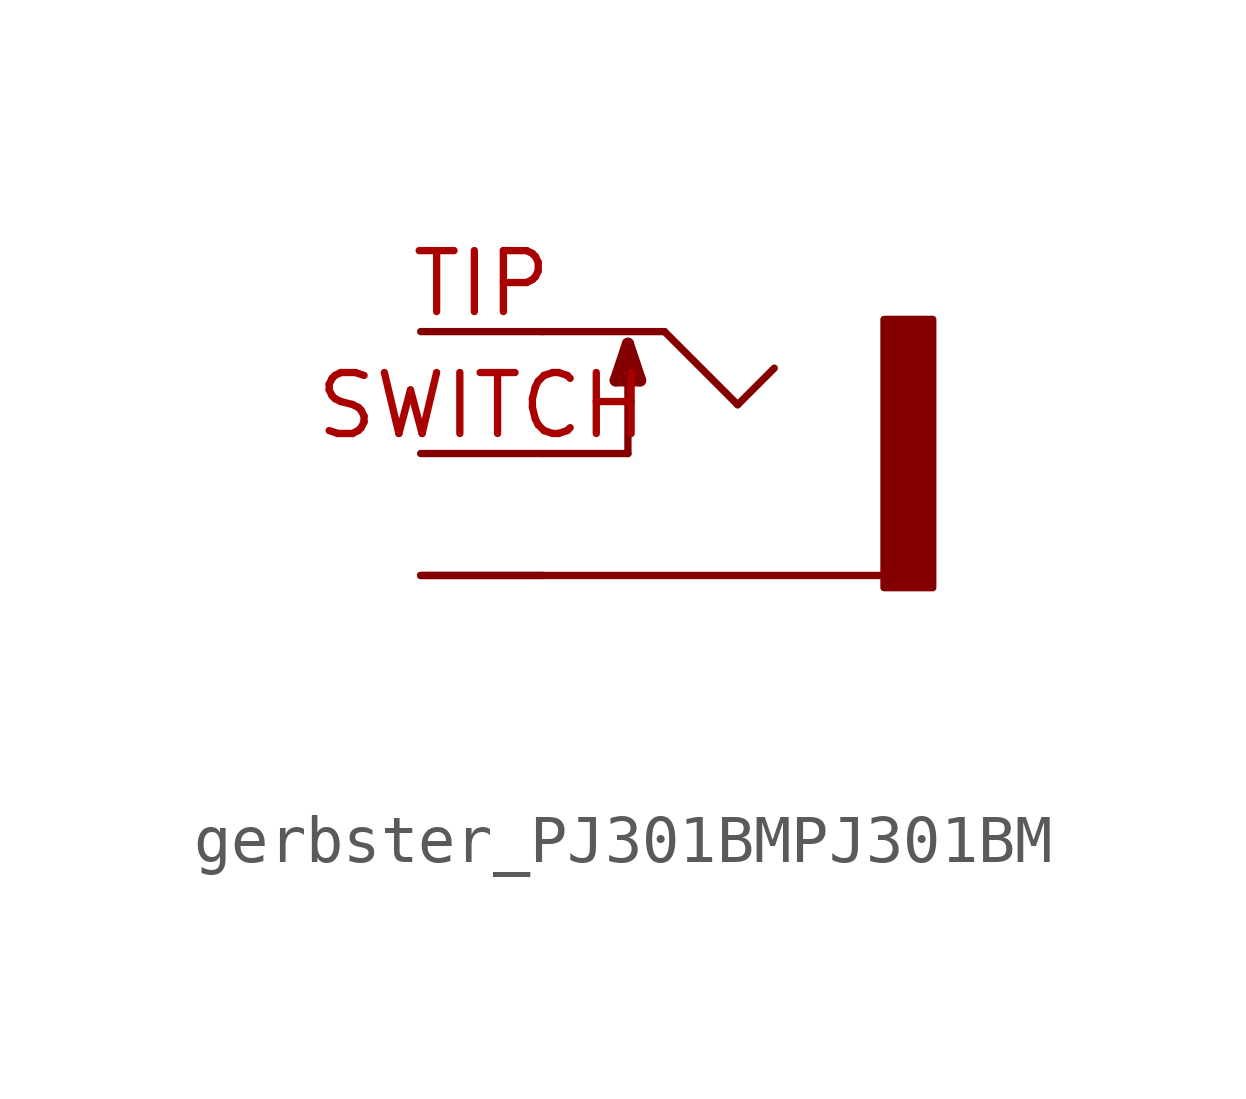
<source format=kicad_sym>
(kicad_symbol_lib
  (version 20231120)
  (generator "kicad_symbol_editor")
  (generator_version "8.0")
  (symbol "gerbster_PJ301BMPJ301BM"
    (property "Reference" ""
      (at -2.54 4.064 0)
      (effects (font (size 1.778 1.511)) (justify left bottom) (hide yes)))
    (property "Value" ""
      (at -2.54 -6.096 0)
      (effects (font (size 1.778 1.511)) (justify left bottom)))
    (property "ki_locked" ""
      (at 0 0 0)
      (effects (font (size 1.27 1.27))))
    (symbol "gerbster_PJ301BMPJ301BM_1_0"
      (polyline (pts (xy -2.54 -2.54) (xy 4.572 -2.54)) (stroke (width 0.152) (type solid)) (fill (type none)))
      (polyline (pts (xy -2.54 0) (xy -0.762 0)) (stroke (width 0.152) (type solid)) (fill (type none)))
      (polyline (pts (xy -2.54 2.54) (xy 0 2.54)) (stroke (width 0.152) (type solid)) (fill (type none)))
      (polyline (pts (xy -1.016 1.524) (xy -0.508 1.524)) (stroke (width 0.254) (type solid)) (fill (type none)))
      (polyline (pts (xy -0.762 0) (xy -0.762 2.286)) (stroke (width 0.152) (type solid)) (fill (type none)))
      (polyline (pts (xy -0.762 2.286) (xy -1.016 1.524)) (stroke (width 0.254) (type solid)) (fill (type none)))
      (polyline (pts (xy -0.508 1.524) (xy -0.762 2.286)) (stroke (width 0.254) (type solid)) (fill (type none)))
      (polyline (pts (xy 0 2.54) (xy 1.524 1.016)) (stroke (width 0.152) (type solid)) (fill (type none)))
      (polyline (pts (xy 1.524 1.016) (xy 2.286 1.778)) (stroke (width 0.152) (type solid)) (fill (type none)))
      (rectangle (start 4.572 2.794) (end 5.588 -2.794) (stroke (width 0) (type default)) (fill (type outline)))
      (pin passive line (at -5.08 -2.54 0) (length 2.54) (name "5" (effects (font (size 0 0)))) (number "GND1" (effects (font (size 0 0)))))
      (pin passive line (at -5.08 -2.54 0) (length 2.54) (name "5" (effects (font (size 0 0)))) (number "GND2" (effects (font (size 0 0)))))
      (pin passive line (at -5.08 0 0) (length 2.54) (name "4" (effects (font (size 0 0)))) (number "SWITCH" (effects (font (size 1.27 1.27)))))
      (pin passive line (at -5.08 2.54 0) (length 2.54) (name "3" (effects (font (size 0 0)))) (number "TIP" (effects (font (size 1.27 1.27))))))))
</source>
